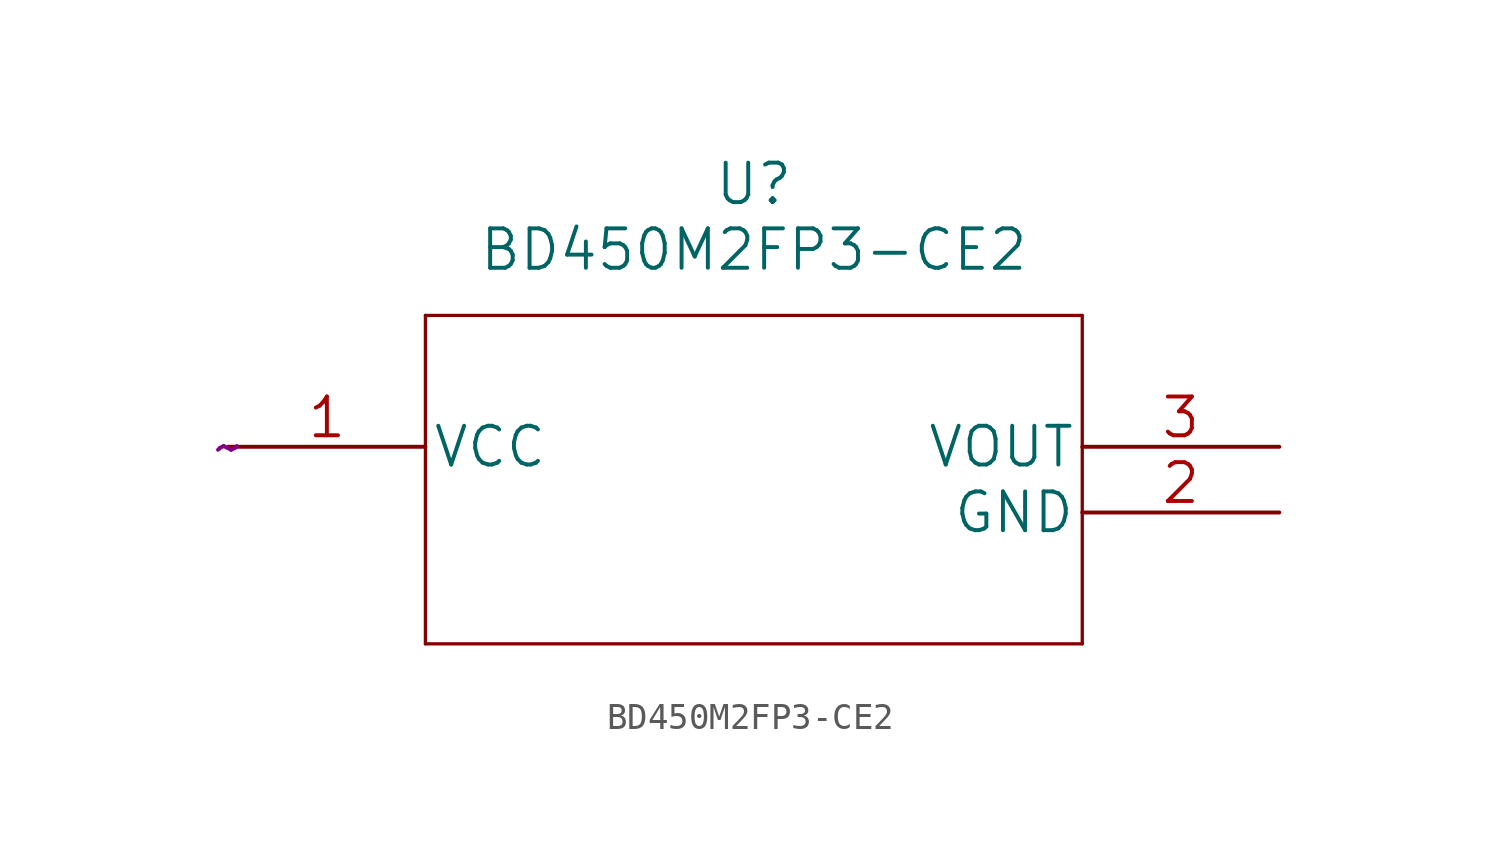
<source format=kicad_sym>
(kicad_symbol_lib
  (version 20211014)
  (generator kicad_symbol_editor)
  (symbol "BD450M2FP3-CE2"
    (pin_names
      (offset 0.254))
    (property "Reference" "U"
      (at 20.32 10.16 0)
      (effects (font (size 1.524 1.524))))
    (property "Value" "BD450M2FP3-CE2"
      (at 20.32 7.62 0)
      (effects (font (size 1.524 1.524))))
    (property "Datasheet" "~"
      (at 0.00 0.00 0)
      (effects (font (size 1.524 1.524))))
    (symbol "BD450M2FP3-CE2_0_0"
      (polyline (pts (xy 7.620 5.080) (xy 7.620 -7.620)) (stroke (width 0.127) (type default)) (fill (type none)))
      (polyline (pts (xy 7.620 -7.620) (xy 33.020 -7.620)) (stroke (width 0.127) (type default)) (fill (type none)))
      (polyline (pts (xy 33.020 -7.620) (xy 33.020 5.080)) (stroke (width 0.127) (type default)) (fill (type none)))
      (polyline (pts (xy 33.020 5.080) (xy 7.620 5.080)) (stroke (width 0.127) (type default)) (fill (type none)))
      (pin power_in line (at 0.000 0.000 0) (length 7.620) (name "VCC" (effects (font (size 1.499 1.499)))) (number "1" (effects (font (size 1.499 1.499)))))
      (pin power_in line (at 40.640 -2.540 180) (length 7.620) (name "GND" (effects (font (size 1.499 1.499)))) (number "2" (effects (font (size 1.499 1.499)))))
      (pin output line (at 40.640 0.000 180) (length 7.620) (name "VOUT" (effects (font (size 1.499 1.499)))) (number "3" (effects (font (size 1.499 1.499))))))))
</source>
